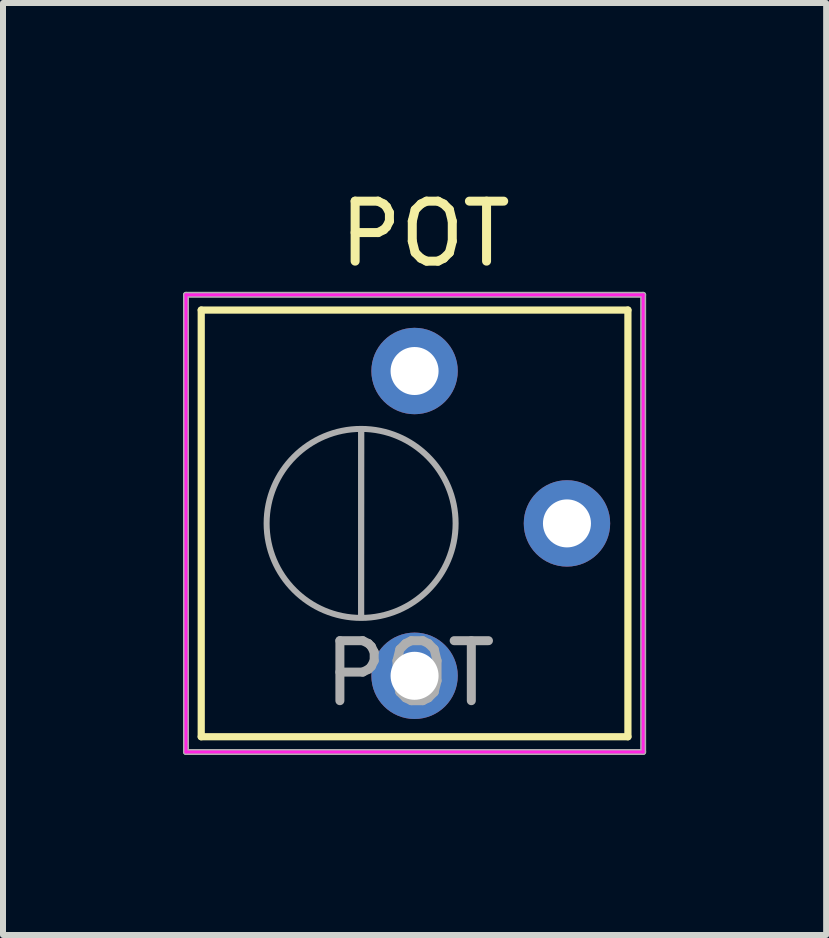
<source format=kicad_pcb>
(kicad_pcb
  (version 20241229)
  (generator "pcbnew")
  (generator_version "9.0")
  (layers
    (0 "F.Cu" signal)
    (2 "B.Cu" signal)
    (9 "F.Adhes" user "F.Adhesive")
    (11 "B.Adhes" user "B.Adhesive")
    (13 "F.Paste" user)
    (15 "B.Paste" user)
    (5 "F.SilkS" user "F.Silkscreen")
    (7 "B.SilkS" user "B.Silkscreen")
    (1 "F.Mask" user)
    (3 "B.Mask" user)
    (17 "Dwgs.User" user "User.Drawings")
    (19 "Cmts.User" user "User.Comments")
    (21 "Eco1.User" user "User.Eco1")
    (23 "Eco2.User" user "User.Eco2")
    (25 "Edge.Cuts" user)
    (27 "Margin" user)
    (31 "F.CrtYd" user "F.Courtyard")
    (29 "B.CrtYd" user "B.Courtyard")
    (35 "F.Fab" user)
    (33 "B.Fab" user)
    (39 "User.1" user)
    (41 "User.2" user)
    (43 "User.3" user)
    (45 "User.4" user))
  (footprint "POT"
    (layer "F.Cu")
    (at 3.782 5.674)
    (property "Reference" "POT" (at 0.254 -4.826 0) (unlocked yes) (layer "F.SilkS") (effects (font (size 1 1) (thickness 0.15))))
    (attr smd)
    (fp_line (start -3.478 -3.556) (end -3.478 3.556) (stroke (width 0.12) (type solid)) (layer "F.SilkS"))
    (fp_line (start -3.478 -3.556) (end 3.634 -3.556) (stroke (width 0.12) (type solid)) (layer "F.SilkS"))
    (fp_line (start -3.478 3.556) (end 3.634 3.556) (stroke (width 0.12) (type solid)) (layer "F.SilkS"))
    (fp_line (start 3.634 -3.556) (end 3.634 3.556) (stroke (width 0.12) (type solid)) (layer "F.SilkS"))
    (fp_line (start -3.732 -3.81) (end -3.732 3.81) (stroke (width 0.05) (type solid)) (layer "F.CrtYd"))
    (fp_line (start -3.732 3.81) (end 3.888 3.81) (stroke (width 0.05) (type solid)) (layer "F.CrtYd"))
    (fp_line (start 3.888 -3.81) (end -3.732 -3.81) (stroke (width 0.05) (type solid)) (layer "F.CrtYd"))
    (fp_line (start 3.888 3.81) (end 3.888 -3.81) (stroke (width 0.05) (type solid)) (layer "F.CrtYd"))
    (fp_line (start -3.732 -3.81) (end -3.732 3.81) (stroke (width 0.1) (type solid)) (layer "F.Fab"))
    (fp_line (start -3.732 3.81) (end 3.888 3.81) (stroke (width 0.1) (type solid)) (layer "F.Fab"))
    (fp_line (start -0.813 1.56) (end -0.812 -1.559) (stroke (width 0.1) (type solid)) (layer "F.Fab"))
    (fp_line (start -0.813 1.56) (end -0.812 -1.559) (stroke (width 0.1) (type solid)) (layer "F.Fab"))
    (fp_line (start 3.888 -3.81) (end -3.732 -3.81) (stroke (width 0.1) (type solid)) (layer "F.Fab"))
    (fp_line (start 3.888 3.81) (end 3.888 -3.81) (stroke (width 0.1) (type solid)) (layer "F.Fab"))
    (fp_circle (center -0.813 0) (end 0.762 0) (stroke (width 0.1) (type solid)) (fill no) (layer "F.Fab"))
    (fp_text user "${REFERENCE}" (at 0 2.5 0) (unlocked yes) (layer "F.Fab") (effects (font (size 1 1) (thickness 0.15))))
    (pad "1" thru_hole circle (at 0.078 2.54) (size 1.44 1.44) (drill 0.8) (layers "*.Cu" "*.Mask"))
    (pad "2" thru_hole circle (at 2.618 0) (size 1.44 1.44) (drill 0.8) (layers "*.Cu" "*.Mask"))
    (pad "3" thru_hole circle (at 0.078 -2.54) (size 1.44 1.44) (drill 0.8) (layers "*.Cu" "*.Mask")))
  (gr_rect
    (start -3 -3)
    (end 10.72 12.534)
    (stroke (width 0.1) (type default))
    (fill no)
    (layer "Edge.Cuts")))
</source>
